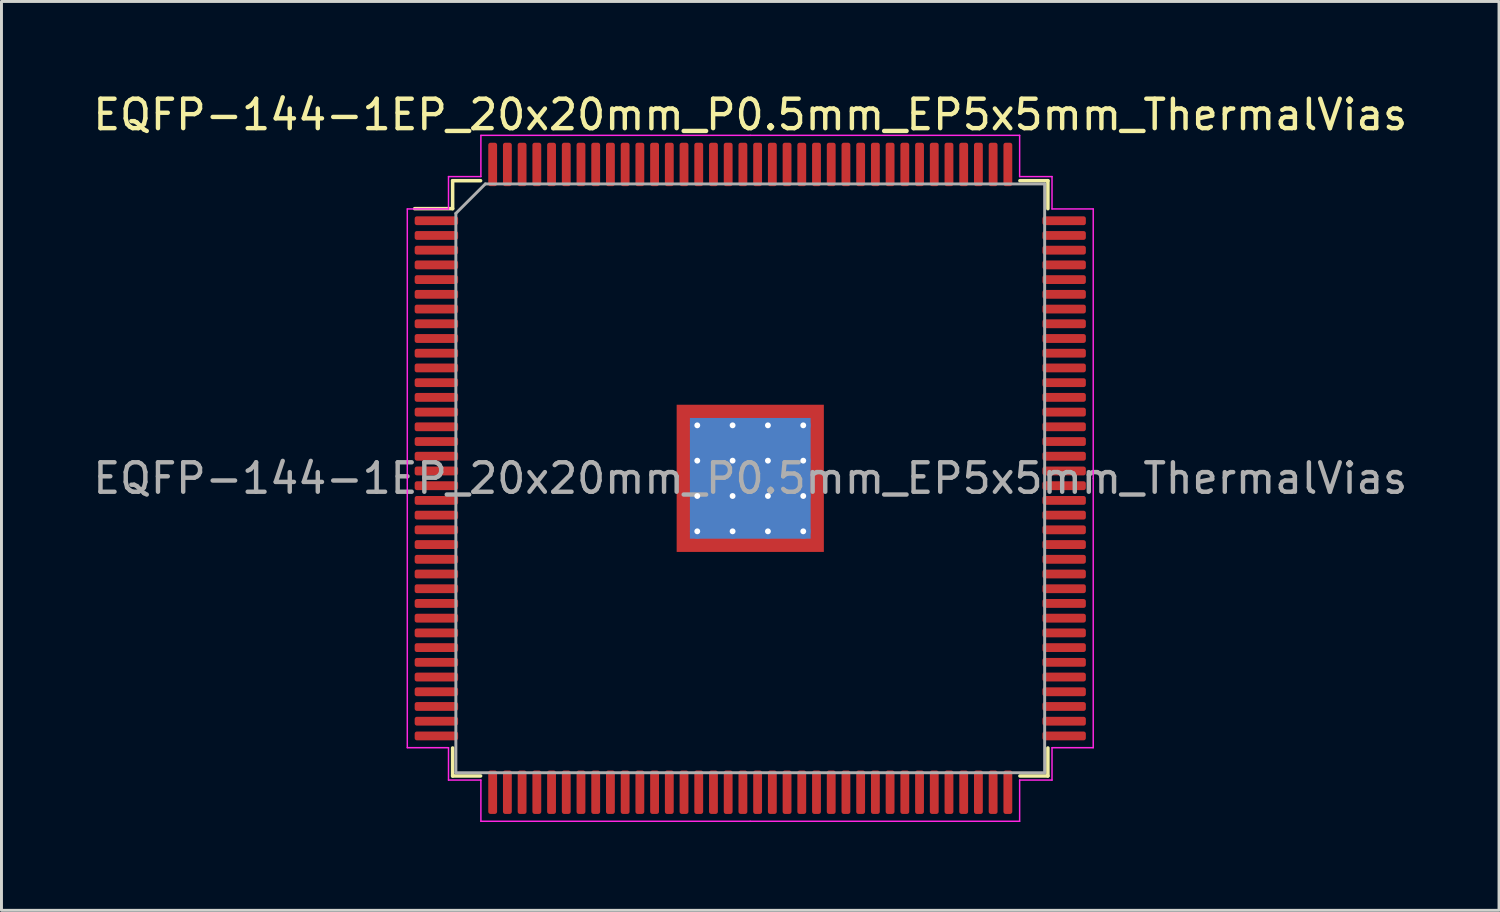
<source format=kicad_pcb>
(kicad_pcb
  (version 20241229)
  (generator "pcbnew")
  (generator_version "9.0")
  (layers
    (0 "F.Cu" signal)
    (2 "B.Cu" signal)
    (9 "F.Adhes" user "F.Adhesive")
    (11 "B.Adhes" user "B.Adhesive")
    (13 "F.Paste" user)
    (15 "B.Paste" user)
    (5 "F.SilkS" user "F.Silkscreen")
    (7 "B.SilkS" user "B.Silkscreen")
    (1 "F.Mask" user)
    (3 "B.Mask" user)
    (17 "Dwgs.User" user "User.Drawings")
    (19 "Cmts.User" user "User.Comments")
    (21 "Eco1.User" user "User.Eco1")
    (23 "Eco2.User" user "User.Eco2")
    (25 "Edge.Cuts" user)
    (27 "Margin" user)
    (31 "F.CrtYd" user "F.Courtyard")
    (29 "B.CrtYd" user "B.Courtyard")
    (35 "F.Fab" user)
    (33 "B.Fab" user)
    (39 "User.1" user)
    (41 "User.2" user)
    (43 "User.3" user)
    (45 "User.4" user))
  (footprint "EQFP-144-1EP_20x20mm_P0.5mm_EP5x5mm_ThermalVias"
    (layer "F.Cu")
    (at 22.435 13.198)
    (property "Reference" "EQFP-144-1EP_20x20mm_P0.5mm_EP5x5mm_ThermalVias" (at 0 -12.35 0) (layer "F.SilkS") (effects (font (size 1 1) (thickness 0.15))))
    (attr smd)
    (fp_line (start -10.11 -10.11) (end -10.11 -9.16) (stroke (width 0.12) (type solid)) (layer "F.SilkS"))
    (fp_line (start -10.11 -9.16) (end -11.4 -9.16) (stroke (width 0.12) (type solid)) (layer "F.SilkS"))
    (fp_line (start -10.11 10.11) (end -10.11 9.16) (stroke (width 0.12) (type solid)) (layer "F.SilkS"))
    (fp_line (start -9.16 -10.11) (end -10.11 -10.11) (stroke (width 0.12) (type solid)) (layer "F.SilkS"))
    (fp_line (start -9.16 10.11) (end -10.11 10.11) (stroke (width 0.12) (type solid)) (layer "F.SilkS"))
    (fp_line (start 9.16 -10.11) (end 10.11 -10.11) (stroke (width 0.12) (type solid)) (layer "F.SilkS"))
    (fp_line (start 9.16 10.11) (end 10.11 10.11) (stroke (width 0.12) (type solid)) (layer "F.SilkS"))
    (fp_line (start 10.11 -10.11) (end 10.11 -9.16) (stroke (width 0.12) (type solid)) (layer "F.SilkS"))
    (fp_line (start 10.11 10.11) (end 10.11 9.16) (stroke (width 0.12) (type solid)) (layer "F.SilkS"))
    (fp_line (start -11.65 -9.15) (end -11.65 0) (stroke (width 0.05) (type solid)) (layer "F.CrtYd"))
    (fp_line (start -11.65 9.15) (end -11.65 0) (stroke (width 0.05) (type solid)) (layer "F.CrtYd"))
    (fp_line (start -10.25 -10.25) (end -10.25 -9.15) (stroke (width 0.05) (type solid)) (layer "F.CrtYd"))
    (fp_line (start -10.25 -9.15) (end -11.65 -9.15) (stroke (width 0.05) (type solid)) (layer "F.CrtYd"))
    (fp_line (start -10.25 9.15) (end -11.65 9.15) (stroke (width 0.05) (type solid)) (layer "F.CrtYd"))
    (fp_line (start -10.25 10.25) (end -10.25 9.15) (stroke (width 0.05) (type solid)) (layer "F.CrtYd"))
    (fp_line (start -9.15 -11.65) (end -9.15 -10.25) (stroke (width 0.05) (type solid)) (layer "F.CrtYd"))
    (fp_line (start -9.15 -10.25) (end -10.25 -10.25) (stroke (width 0.05) (type solid)) (layer "F.CrtYd"))
    (fp_line (start -9.15 10.25) (end -10.25 10.25) (stroke (width 0.05) (type solid)) (layer "F.CrtYd"))
    (fp_line (start -9.15 11.65) (end -9.15 10.25) (stroke (width 0.05) (type solid)) (layer "F.CrtYd"))
    (fp_line (start 0 -11.65) (end -9.15 -11.65) (stroke (width 0.05) (type solid)) (layer "F.CrtYd"))
    (fp_line (start 0 -11.65) (end 9.15 -11.65) (stroke (width 0.05) (type solid)) (layer "F.CrtYd"))
    (fp_line (start 0 11.65) (end -9.15 11.65) (stroke (width 0.05) (type solid)) (layer "F.CrtYd"))
    (fp_line (start 0 11.65) (end 9.15 11.65) (stroke (width 0.05) (type solid)) (layer "F.CrtYd"))
    (fp_line (start 9.15 -11.65) (end 9.15 -10.25) (stroke (width 0.05) (type solid)) (layer "F.CrtYd"))
    (fp_line (start 9.15 -10.25) (end 10.25 -10.25) (stroke (width 0.05) (type solid)) (layer "F.CrtYd"))
    (fp_line (start 9.15 10.25) (end 10.25 10.25) (stroke (width 0.05) (type solid)) (layer "F.CrtYd"))
    (fp_line (start 9.15 11.65) (end 9.15 10.25) (stroke (width 0.05) (type solid)) (layer "F.CrtYd"))
    (fp_line (start 10.25 -10.25) (end 10.25 -9.15) (stroke (width 0.05) (type solid)) (layer "F.CrtYd"))
    (fp_line (start 10.25 -9.15) (end 11.65 -9.15) (stroke (width 0.05) (type solid)) (layer "F.CrtYd"))
    (fp_line (start 10.25 9.15) (end 11.65 9.15) (stroke (width 0.05) (type solid)) (layer "F.CrtYd"))
    (fp_line (start 10.25 10.25) (end 10.25 9.15) (stroke (width 0.05) (type solid)) (layer "F.CrtYd"))
    (fp_line (start 11.65 -9.15) (end 11.65 0) (stroke (width 0.05) (type solid)) (layer "F.CrtYd"))
    (fp_line (start 11.65 9.15) (end 11.65 0) (stroke (width 0.05) (type solid)) (layer "F.CrtYd"))
    (fp_line (start -10 -9) (end -9 -10) (stroke (width 0.1) (type solid)) (layer "F.Fab"))
    (fp_line (start -10 10) (end -10 -9) (stroke (width 0.1) (type solid)) (layer "F.Fab"))
    (fp_line (start -9 -10) (end 10 -10) (stroke (width 0.1) (type solid)) (layer "F.Fab"))
    (fp_line (start 10 -10) (end 10 10) (stroke (width 0.1) (type solid)) (layer "F.Fab"))
    (fp_line (start 10 10) (end -10 10) (stroke (width 0.1) (type solid)) (layer "F.Fab"))
    (fp_text user "${REFERENCE}" (at 0 0 0) (layer "F.Fab") (effects (font (size 1 1) (thickness 0.15))))
    (pad "" smd custom (at -2.15 -2.15) (size 0.46 0.46) (layers "F.Paste") (options (anchor circle)) (primitives (gr_poly (pts (xy 0.178 0.092) (xy 0.092 0.178) (xy -0.178 0.178) (xy -0.178 -0.178) (xy 0.178 -0.178)) (width 0.208) (fill yes))))
    (pad "" smd custom (at -2.15 -1.2) (size 0.495 0.495) (layers "F.Paste") (options (anchor circle)) (primitives (gr_poly (pts (xy 0.212 -0.356) (xy 0.212 0.356) (xy 0.154 0.414) (xy -0.212 0.414) (xy -0.212 -0.414) (xy 0.154 -0.414)) (width 0.14) (fill yes))))
    (pad "" smd custom (at -2.15 0) (size 0.495 0.495) (layers "F.Paste") (options (anchor circle)) (primitives (gr_poly (pts (xy 0.212 -0.356) (xy 0.212 0.356) (xy 0.154 0.414) (xy -0.212 0.414) (xy -0.212 -0.414) (xy 0.154 -0.414)) (width 0.14) (fill yes))))
    (pad "" smd custom (at -2.15 1.2) (size 0.495 0.495) (layers "F.Paste") (options (anchor circle)) (primitives (gr_poly (pts (xy 0.212 -0.356) (xy 0.212 0.356) (xy 0.154 0.414) (xy -0.212 0.414) (xy -0.212 -0.414) (xy 0.154 -0.414)) (width 0.14) (fill yes))))
    (pad "" smd custom (at -2.15 2.15) (size 0.46 0.46) (layers "F.Paste") (options (anchor circle)) (primitives (gr_poly (pts (xy 0.178 -0.092) (xy 0.178 0.178) (xy -0.178 0.178) (xy -0.178 -0.178) (xy 0.092 -0.178)) (width 0.208) (fill yes))))
    (pad "" smd custom (at -1.2 -2.15) (size 0.495 0.495) (layers "F.Paste") (options (anchor circle)) (primitives (gr_poly (pts (xy 0.414 0.154) (xy 0.356 0.212) (xy -0.356 0.212) (xy -0.414 0.154) (xy -0.414 -0.212) (xy 0.414 -0.212)) (width 0.14) (fill yes))))
    (pad "" smd roundrect (at -1.2 -1.2) (size 0.967 0.967) (layers "F.Paste") (roundrect_rratio 0.25))
    (pad "" smd roundrect (at -1.2 0) (size 0.967 0.967) (layers "F.Paste") (roundrect_rratio 0.25))
    (pad "" smd roundrect (at -1.2 1.2) (size 0.967 0.967) (layers "F.Paste") (roundrect_rratio 0.25))
    (pad "" smd custom (at -1.2 2.15) (size 0.495 0.495) (layers "F.Paste") (options (anchor circle)) (primitives (gr_poly (pts (xy 0.414 -0.154) (xy 0.414 0.212) (xy -0.414 0.212) (xy -0.414 -0.154) (xy -0.356 -0.212) (xy 0.356 -0.212)) (width 0.14) (fill yes))))
    (pad "" smd custom (at 0 -2.15) (size 0.495 0.495) (layers "F.Paste") (options (anchor circle)) (primitives (gr_poly (pts (xy 0.414 0.154) (xy 0.356 0.212) (xy -0.356 0.212) (xy -0.414 0.154) (xy -0.414 -0.212) (xy 0.414 -0.212)) (width 0.14) (fill yes))))
    (pad "" smd roundrect (at 0 -1.2) (size 0.967 0.967) (layers "F.Paste") (roundrect_rratio 0.25))
    (pad "" smd roundrect (at 0 0) (size 0.967 0.967) (layers "F.Paste") (roundrect_rratio 0.25))
    (pad "" smd roundrect (at 0 1.2) (size 0.967 0.967) (layers "F.Paste") (roundrect_rratio 0.25))
    (pad "" smd custom (at 0 2.15) (size 0.495 0.495) (layers "F.Paste") (options (anchor circle)) (primitives (gr_poly (pts (xy 0.414 -0.154) (xy 0.414 0.212) (xy -0.414 0.212) (xy -0.414 -0.154) (xy -0.356 -0.212) (xy 0.356 -0.212)) (width 0.14) (fill yes))))
    (pad "" smd custom (at 1.2 -2.15) (size 0.495 0.495) (layers "F.Paste") (options (anchor circle)) (primitives (gr_poly (pts (xy 0.414 0.154) (xy 0.356 0.212) (xy -0.356 0.212) (xy -0.414 0.154) (xy -0.414 -0.212) (xy 0.414 -0.212)) (width 0.14) (fill yes))))
    (pad "" smd roundrect (at 1.2 -1.2) (size 0.967 0.967) (layers "F.Paste") (roundrect_rratio 0.25))
    (pad "" smd roundrect (at 1.2 0) (size 0.967 0.967) (layers "F.Paste") (roundrect_rratio 0.25))
    (pad "" smd roundrect (at 1.2 1.2) (size 0.967 0.967) (layers "F.Paste") (roundrect_rratio 0.25))
    (pad "" smd custom (at 1.2 2.15) (size 0.495 0.495) (layers "F.Paste") (options (anchor circle)) (primitives (gr_poly (pts (xy 0.414 -0.154) (xy 0.414 0.212) (xy -0.414 0.212) (xy -0.414 -0.154) (xy -0.356 -0.212) (xy 0.356 -0.212)) (width 0.14) (fill yes))))
    (pad "" smd custom (at 2.15 -2.15) (size 0.46 0.46) (layers "F.Paste") (options (anchor circle)) (primitives (gr_poly (pts (xy 0.178 0.178) (xy -0.092 0.178) (xy -0.178 0.092) (xy -0.178 -0.178) (xy 0.178 -0.178)) (width 0.208) (fill yes))))
    (pad "" smd custom (at 2.15 -1.2) (size 0.495 0.495) (layers "F.Paste") (options (anchor circle)) (primitives (gr_poly (pts (xy 0.212 0.414) (xy -0.154 0.414) (xy -0.212 0.356) (xy -0.212 -0.356) (xy -0.154 -0.414) (xy 0.212 -0.414)) (width 0.14) (fill yes))))
    (pad "" smd custom (at 2.15 0) (size 0.495 0.495) (layers "F.Paste") (options (anchor circle)) (primitives (gr_poly (pts (xy 0.212 0.414) (xy -0.154 0.414) (xy -0.212 0.356) (xy -0.212 -0.356) (xy -0.154 -0.414) (xy 0.212 -0.414)) (width 0.14) (fill yes))))
    (pad "" smd custom (at 2.15 1.2) (size 0.495 0.495) (layers "F.Paste") (options (anchor circle)) (primitives (gr_poly (pts (xy 0.212 0.414) (xy -0.154 0.414) (xy -0.212 0.356) (xy -0.212 -0.356) (xy -0.154 -0.414) (xy 0.212 -0.414)) (width 0.14) (fill yes))))
    (pad "" smd custom (at 2.15 2.15) (size 0.46 0.46) (layers "F.Paste") (options (anchor circle)) (primitives (gr_poly (pts (xy 0.178 0.178) (xy -0.178 0.178) (xy -0.178 -0.092) (xy -0.092 -0.178) (xy 0.178 -0.178)) (width 0.208) (fill yes))))
    (pad "1" smd roundrect (at -10.662 -8.75) (size 1.475 0.3) (layers "F.Cu" "F.Mask" "F.Paste") (roundrect_rratio 0.25))
    (pad "2" smd roundrect (at -10.662 -8.25) (size 1.475 0.3) (layers "F.Cu" "F.Mask" "F.Paste") (roundrect_rratio 0.25))
    (pad "3" smd roundrect (at -10.662 -7.75) (size 1.475 0.3) (layers "F.Cu" "F.Mask" "F.Paste") (roundrect_rratio 0.25))
    (pad "4" smd roundrect (at -10.662 -7.25) (size 1.475 0.3) (layers "F.Cu" "F.Mask" "F.Paste") (roundrect_rratio 0.25))
    (pad "5" smd roundrect (at -10.662 -6.75) (size 1.475 0.3) (layers "F.Cu" "F.Mask" "F.Paste") (roundrect_rratio 0.25))
    (pad "6" smd roundrect (at -10.662 -6.25) (size 1.475 0.3) (layers "F.Cu" "F.Mask" "F.Paste") (roundrect_rratio 0.25))
    (pad "7" smd roundrect (at -10.662 -5.75) (size 1.475 0.3) (layers "F.Cu" "F.Mask" "F.Paste") (roundrect_rratio 0.25))
    (pad "8" smd roundrect (at -10.662 -5.25) (size 1.475 0.3) (layers "F.Cu" "F.Mask" "F.Paste") (roundrect_rratio 0.25))
    (pad "9" smd roundrect (at -10.662 -4.75) (size 1.475 0.3) (layers "F.Cu" "F.Mask" "F.Paste") (roundrect_rratio 0.25))
    (pad "10" smd roundrect (at -10.662 -4.25) (size 1.475 0.3) (layers "F.Cu" "F.Mask" "F.Paste") (roundrect_rratio 0.25))
    (pad "11" smd roundrect (at -10.662 -3.75) (size 1.475 0.3) (layers "F.Cu" "F.Mask" "F.Paste") (roundrect_rratio 0.25))
    (pad "12" smd roundrect (at -10.662 -3.25) (size 1.475 0.3) (layers "F.Cu" "F.Mask" "F.Paste") (roundrect_rratio 0.25))
    (pad "13" smd roundrect (at -10.662 -2.75) (size 1.475 0.3) (layers "F.Cu" "F.Mask" "F.Paste") (roundrect_rratio 0.25))
    (pad "14" smd roundrect (at -10.662 -2.25) (size 1.475 0.3) (layers "F.Cu" "F.Mask" "F.Paste") (roundrect_rratio 0.25))
    (pad "15" smd roundrect (at -10.662 -1.75) (size 1.475 0.3) (layers "F.Cu" "F.Mask" "F.Paste") (roundrect_rratio 0.25))
    (pad "16" smd roundrect (at -10.662 -1.25) (size 1.475 0.3) (layers "F.Cu" "F.Mask" "F.Paste") (roundrect_rratio 0.25))
    (pad "17" smd roundrect (at -10.662 -0.75) (size 1.475 0.3) (layers "F.Cu" "F.Mask" "F.Paste") (roundrect_rratio 0.25))
    (pad "18" smd roundrect (at -10.662 -0.25) (size 1.475 0.3) (layers "F.Cu" "F.Mask" "F.Paste") (roundrect_rratio 0.25))
    (pad "19" smd roundrect (at -10.662 0.25) (size 1.475 0.3) (layers "F.Cu" "F.Mask" "F.Paste") (roundrect_rratio 0.25))
    (pad "20" smd roundrect (at -10.662 0.75) (size 1.475 0.3) (layers "F.Cu" "F.Mask" "F.Paste") (roundrect_rratio 0.25))
    (pad "21" smd roundrect (at -10.662 1.25) (size 1.475 0.3) (layers "F.Cu" "F.Mask" "F.Paste") (roundrect_rratio 0.25))
    (pad "22" smd roundrect (at -10.662 1.75) (size 1.475 0.3) (layers "F.Cu" "F.Mask" "F.Paste") (roundrect_rratio 0.25))
    (pad "23" smd roundrect (at -10.662 2.25) (size 1.475 0.3) (layers "F.Cu" "F.Mask" "F.Paste") (roundrect_rratio 0.25))
    (pad "24" smd roundrect (at -10.662 2.75) (size 1.475 0.3) (layers "F.Cu" "F.Mask" "F.Paste") (roundrect_rratio 0.25))
    (pad "25" smd roundrect (at -10.662 3.25) (size 1.475 0.3) (layers "F.Cu" "F.Mask" "F.Paste") (roundrect_rratio 0.25))
    (pad "26" smd roundrect (at -10.662 3.75) (size 1.475 0.3) (layers "F.Cu" "F.Mask" "F.Paste") (roundrect_rratio 0.25))
    (pad "27" smd roundrect (at -10.662 4.25) (size 1.475 0.3) (layers "F.Cu" "F.Mask" "F.Paste") (roundrect_rratio 0.25))
    (pad "28" smd roundrect (at -10.662 4.75) (size 1.475 0.3) (layers "F.Cu" "F.Mask" "F.Paste") (roundrect_rratio 0.25))
    (pad "29" smd roundrect (at -10.662 5.25) (size 1.475 0.3) (layers "F.Cu" "F.Mask" "F.Paste") (roundrect_rratio 0.25))
    (pad "30" smd roundrect (at -10.662 5.75) (size 1.475 0.3) (layers "F.Cu" "F.Mask" "F.Paste") (roundrect_rratio 0.25))
    (pad "31" smd roundrect (at -10.662 6.25) (size 1.475 0.3) (layers "F.Cu" "F.Mask" "F.Paste") (roundrect_rratio 0.25))
    (pad "32" smd roundrect (at -10.662 6.75) (size 1.475 0.3) (layers "F.Cu" "F.Mask" "F.Paste") (roundrect_rratio 0.25))
    (pad "33" smd roundrect (at -10.662 7.25) (size 1.475 0.3) (layers "F.Cu" "F.Mask" "F.Paste") (roundrect_rratio 0.25))
    (pad "34" smd roundrect (at -10.662 7.75) (size 1.475 0.3) (layers "F.Cu" "F.Mask" "F.Paste") (roundrect_rratio 0.25))
    (pad "35" smd roundrect (at -10.662 8.25) (size 1.475 0.3) (layers "F.Cu" "F.Mask" "F.Paste") (roundrect_rratio 0.25))
    (pad "36" smd roundrect (at -10.662 8.75) (size 1.475 0.3) (layers "F.Cu" "F.Mask" "F.Paste") (roundrect_rratio 0.25))
    (pad "37" smd roundrect (at -8.75 10.662) (size 0.3 1.475) (layers "F.Cu" "F.Mask" "F.Paste") (roundrect_rratio 0.25))
    (pad "38" smd roundrect (at -8.25 10.662) (size 0.3 1.475) (layers "F.Cu" "F.Mask" "F.Paste") (roundrect_rratio 0.25))
    (pad "39" smd roundrect (at -7.75 10.662) (size 0.3 1.475) (layers "F.Cu" "F.Mask" "F.Paste") (roundrect_rratio 0.25))
    (pad "40" smd roundrect (at -7.25 10.662) (size 0.3 1.475) (layers "F.Cu" "F.Mask" "F.Paste") (roundrect_rratio 0.25))
    (pad "41" smd roundrect (at -6.75 10.662) (size 0.3 1.475) (layers "F.Cu" "F.Mask" "F.Paste") (roundrect_rratio 0.25))
    (pad "42" smd roundrect (at -6.25 10.662) (size 0.3 1.475) (layers "F.Cu" "F.Mask" "F.Paste") (roundrect_rratio 0.25))
    (pad "43" smd roundrect (at -5.75 10.662) (size 0.3 1.475) (layers "F.Cu" "F.Mask" "F.Paste") (roundrect_rratio 0.25))
    (pad "44" smd roundrect (at -5.25 10.662) (size 0.3 1.475) (layers "F.Cu" "F.Mask" "F.Paste") (roundrect_rratio 0.25))
    (pad "45" smd roundrect (at -4.75 10.662) (size 0.3 1.475) (layers "F.Cu" "F.Mask" "F.Paste") (roundrect_rratio 0.25))
    (pad "46" smd roundrect (at -4.25 10.662) (size 0.3 1.475) (layers "F.Cu" "F.Mask" "F.Paste") (roundrect_rratio 0.25))
    (pad "47" smd roundrect (at -3.75 10.662) (size 0.3 1.475) (layers "F.Cu" "F.Mask" "F.Paste") (roundrect_rratio 0.25))
    (pad "48" smd roundrect (at -3.25 10.662) (size 0.3 1.475) (layers "F.Cu" "F.Mask" "F.Paste") (roundrect_rratio 0.25))
    (pad "49" smd roundrect (at -2.75 10.662) (size 0.3 1.475) (layers "F.Cu" "F.Mask" "F.Paste") (roundrect_rratio 0.25))
    (pad "50" smd roundrect (at -2.25 10.662) (size 0.3 1.475) (layers "F.Cu" "F.Mask" "F.Paste") (roundrect_rratio 0.25))
    (pad "51" smd roundrect (at -1.75 10.662) (size 0.3 1.475) (layers "F.Cu" "F.Mask" "F.Paste") (roundrect_rratio 0.25))
    (pad "52" smd roundrect (at -1.25 10.662) (size 0.3 1.475) (layers "F.Cu" "F.Mask" "F.Paste") (roundrect_rratio 0.25))
    (pad "53" smd roundrect (at -0.75 10.662) (size 0.3 1.475) (layers "F.Cu" "F.Mask" "F.Paste") (roundrect_rratio 0.25))
    (pad "54" smd roundrect (at -0.25 10.662) (size 0.3 1.475) (layers "F.Cu" "F.Mask" "F.Paste") (roundrect_rratio 0.25))
    (pad "55" smd roundrect (at 0.25 10.662) (size 0.3 1.475) (layers "F.Cu" "F.Mask" "F.Paste") (roundrect_rratio 0.25))
    (pad "56" smd roundrect (at 0.75 10.662) (size 0.3 1.475) (layers "F.Cu" "F.Mask" "F.Paste") (roundrect_rratio 0.25))
    (pad "57" smd roundrect (at 1.25 10.662) (size 0.3 1.475) (layers "F.Cu" "F.Mask" "F.Paste") (roundrect_rratio 0.25))
    (pad "58" smd roundrect (at 1.75 10.662) (size 0.3 1.475) (layers "F.Cu" "F.Mask" "F.Paste") (roundrect_rratio 0.25))
    (pad "59" smd roundrect (at 2.25 10.662) (size 0.3 1.475) (layers "F.Cu" "F.Mask" "F.Paste") (roundrect_rratio 0.25))
    (pad "60" smd roundrect (at 2.75 10.662) (size 0.3 1.475) (layers "F.Cu" "F.Mask" "F.Paste") (roundrect_rratio 0.25))
    (pad "61" smd roundrect (at 3.25 10.662) (size 0.3 1.475) (layers "F.Cu" "F.Mask" "F.Paste") (roundrect_rratio 0.25))
    (pad "62" smd roundrect (at 3.75 10.662) (size 0.3 1.475) (layers "F.Cu" "F.Mask" "F.Paste") (roundrect_rratio 0.25))
    (pad "63" smd roundrect (at 4.25 10.662) (size 0.3 1.475) (layers "F.Cu" "F.Mask" "F.Paste") (roundrect_rratio 0.25))
    (pad "64" smd roundrect (at 4.75 10.662) (size 0.3 1.475) (layers "F.Cu" "F.Mask" "F.Paste") (roundrect_rratio 0.25))
    (pad "65" smd roundrect (at 5.25 10.662) (size 0.3 1.475) (layers "F.Cu" "F.Mask" "F.Paste") (roundrect_rratio 0.25))
    (pad "66" smd roundrect (at 5.75 10.662) (size 0.3 1.475) (layers "F.Cu" "F.Mask" "F.Paste") (roundrect_rratio 0.25))
    (pad "67" smd roundrect (at 6.25 10.662) (size 0.3 1.475) (layers "F.Cu" "F.Mask" "F.Paste") (roundrect_rratio 0.25))
    (pad "68" smd roundrect (at 6.75 10.662) (size 0.3 1.475) (layers "F.Cu" "F.Mask" "F.Paste") (roundrect_rratio 0.25))
    (pad "69" smd roundrect (at 7.25 10.662) (size 0.3 1.475) (layers "F.Cu" "F.Mask" "F.Paste") (roundrect_rratio 0.25))
    (pad "70" smd roundrect (at 7.75 10.662) (size 0.3 1.475) (layers "F.Cu" "F.Mask" "F.Paste") (roundrect_rratio 0.25))
    (pad "71" smd roundrect (at 8.25 10.662) (size 0.3 1.475) (layers "F.Cu" "F.Mask" "F.Paste") (roundrect_rratio 0.25))
    (pad "72" smd roundrect (at 8.75 10.662) (size 0.3 1.475) (layers "F.Cu" "F.Mask" "F.Paste") (roundrect_rratio 0.25))
    (pad "73" smd roundrect (at 10.662 8.75) (size 1.475 0.3) (layers "F.Cu" "F.Mask" "F.Paste") (roundrect_rratio 0.25))
    (pad "74" smd roundrect (at 10.662 8.25) (size 1.475 0.3) (layers "F.Cu" "F.Mask" "F.Paste") (roundrect_rratio 0.25))
    (pad "75" smd roundrect (at 10.662 7.75) (size 1.475 0.3) (layers "F.Cu" "F.Mask" "F.Paste") (roundrect_rratio 0.25))
    (pad "76" smd roundrect (at 10.662 7.25) (size 1.475 0.3) (layers "F.Cu" "F.Mask" "F.Paste") (roundrect_rratio 0.25))
    (pad "77" smd roundrect (at 10.662 6.75) (size 1.475 0.3) (layers "F.Cu" "F.Mask" "F.Paste") (roundrect_rratio 0.25))
    (pad "78" smd roundrect (at 10.662 6.25) (size 1.475 0.3) (layers "F.Cu" "F.Mask" "F.Paste") (roundrect_rratio 0.25))
    (pad "79" smd roundrect (at 10.662 5.75) (size 1.475 0.3) (layers "F.Cu" "F.Mask" "F.Paste") (roundrect_rratio 0.25))
    (pad "80" smd roundrect (at 10.662 5.25) (size 1.475 0.3) (layers "F.Cu" "F.Mask" "F.Paste") (roundrect_rratio 0.25))
    (pad "81" smd roundrect (at 10.662 4.75) (size 1.475 0.3) (layers "F.Cu" "F.Mask" "F.Paste") (roundrect_rratio 0.25))
    (pad "82" smd roundrect (at 10.662 4.25) (size 1.475 0.3) (layers "F.Cu" "F.Mask" "F.Paste") (roundrect_rratio 0.25))
    (pad "83" smd roundrect (at 10.662 3.75) (size 1.475 0.3) (layers "F.Cu" "F.Mask" "F.Paste") (roundrect_rratio 0.25))
    (pad "84" smd roundrect (at 10.662 3.25) (size 1.475 0.3) (layers "F.Cu" "F.Mask" "F.Paste") (roundrect_rratio 0.25))
    (pad "85" smd roundrect (at 10.662 2.75) (size 1.475 0.3) (layers "F.Cu" "F.Mask" "F.Paste") (roundrect_rratio 0.25))
    (pad "86" smd roundrect (at 10.662 2.25) (size 1.475 0.3) (layers "F.Cu" "F.Mask" "F.Paste") (roundrect_rratio 0.25))
    (pad "87" smd roundrect (at 10.662 1.75) (size 1.475 0.3) (layers "F.Cu" "F.Mask" "F.Paste") (roundrect_rratio 0.25))
    (pad "88" smd roundrect (at 10.662 1.25) (size 1.475 0.3) (layers "F.Cu" "F.Mask" "F.Paste") (roundrect_rratio 0.25))
    (pad "89" smd roundrect (at 10.662 0.75) (size 1.475 0.3) (layers "F.Cu" "F.Mask" "F.Paste") (roundrect_rratio 0.25))
    (pad "90" smd roundrect (at 10.662 0.25) (size 1.475 0.3) (layers "F.Cu" "F.Mask" "F.Paste") (roundrect_rratio 0.25))
    (pad "91" smd roundrect (at 10.662 -0.25) (size 1.475 0.3) (layers "F.Cu" "F.Mask" "F.Paste") (roundrect_rratio 0.25))
    (pad "92" smd roundrect (at 10.662 -0.75) (size 1.475 0.3) (layers "F.Cu" "F.Mask" "F.Paste") (roundrect_rratio 0.25))
    (pad "93" smd roundrect (at 10.662 -1.25) (size 1.475 0.3) (layers "F.Cu" "F.Mask" "F.Paste") (roundrect_rratio 0.25))
    (pad "94" smd roundrect (at 10.662 -1.75) (size 1.475 0.3) (layers "F.Cu" "F.Mask" "F.Paste") (roundrect_rratio 0.25))
    (pad "95" smd roundrect (at 10.662 -2.25) (size 1.475 0.3) (layers "F.Cu" "F.Mask" "F.Paste") (roundrect_rratio 0.25))
    (pad "96" smd roundrect (at 10.662 -2.75) (size 1.475 0.3) (layers "F.Cu" "F.Mask" "F.Paste") (roundrect_rratio 0.25))
    (pad "97" smd roundrect (at 10.662 -3.25) (size 1.475 0.3) (layers "F.Cu" "F.Mask" "F.Paste") (roundrect_rratio 0.25))
    (pad "98" smd roundrect (at 10.662 -3.75) (size 1.475 0.3) (layers "F.Cu" "F.Mask" "F.Paste") (roundrect_rratio 0.25))
    (pad "99" smd roundrect (at 10.662 -4.25) (size 1.475 0.3) (layers "F.Cu" "F.Mask" "F.Paste") (roundrect_rratio 0.25))
    (pad "100" smd roundrect (at 10.662 -4.75) (size 1.475 0.3) (layers "F.Cu" "F.Mask" "F.Paste") (roundrect_rratio 0.25))
    (pad "101" smd roundrect (at 10.662 -5.25) (size 1.475 0.3) (layers "F.Cu" "F.Mask" "F.Paste") (roundrect_rratio 0.25))
    (pad "102" smd roundrect (at 10.662 -5.75) (size 1.475 0.3) (layers "F.Cu" "F.Mask" "F.Paste") (roundrect_rratio 0.25))
    (pad "103" smd roundrect (at 10.662 -6.25) (size 1.475 0.3) (layers "F.Cu" "F.Mask" "F.Paste") (roundrect_rratio 0.25))
    (pad "104" smd roundrect (at 10.662 -6.75) (size 1.475 0.3) (layers "F.Cu" "F.Mask" "F.Paste") (roundrect_rratio 0.25))
    (pad "105" smd roundrect (at 10.662 -7.25) (size 1.475 0.3) (layers "F.Cu" "F.Mask" "F.Paste") (roundrect_rratio 0.25))
    (pad "106" smd roundrect (at 10.662 -7.75) (size 1.475 0.3) (layers "F.Cu" "F.Mask" "F.Paste") (roundrect_rratio 0.25))
    (pad "107" smd roundrect (at 10.662 -8.25) (size 1.475 0.3) (layers "F.Cu" "F.Mask" "F.Paste") (roundrect_rratio 0.25))
    (pad "108" smd roundrect (at 10.662 -8.75) (size 1.475 0.3) (layers "F.Cu" "F.Mask" "F.Paste") (roundrect_rratio 0.25))
    (pad "109" smd roundrect (at 8.75 -10.662) (size 0.3 1.475) (layers "F.Cu" "F.Mask" "F.Paste") (roundrect_rratio 0.25))
    (pad "110" smd roundrect (at 8.25 -10.662) (size 0.3 1.475) (layers "F.Cu" "F.Mask" "F.Paste") (roundrect_rratio 0.25))
    (pad "111" smd roundrect (at 7.75 -10.662) (size 0.3 1.475) (layers "F.Cu" "F.Mask" "F.Paste") (roundrect_rratio 0.25))
    (pad "112" smd roundrect (at 7.25 -10.662) (size 0.3 1.475) (layers "F.Cu" "F.Mask" "F.Paste") (roundrect_rratio 0.25))
    (pad "113" smd roundrect (at 6.75 -10.662) (size 0.3 1.475) (layers "F.Cu" "F.Mask" "F.Paste") (roundrect_rratio 0.25))
    (pad "114" smd roundrect (at 6.25 -10.662) (size 0.3 1.475) (layers "F.Cu" "F.Mask" "F.Paste") (roundrect_rratio 0.25))
    (pad "115" smd roundrect (at 5.75 -10.662) (size 0.3 1.475) (layers "F.Cu" "F.Mask" "F.Paste") (roundrect_rratio 0.25))
    (pad "116" smd roundrect (at 5.25 -10.662) (size 0.3 1.475) (layers "F.Cu" "F.Mask" "F.Paste") (roundrect_rratio 0.25))
    (pad "117" smd roundrect (at 4.75 -10.662) (size 0.3 1.475) (layers "F.Cu" "F.Mask" "F.Paste") (roundrect_rratio 0.25))
    (pad "118" smd roundrect (at 4.25 -10.662) (size 0.3 1.475) (layers "F.Cu" "F.Mask" "F.Paste") (roundrect_rratio 0.25))
    (pad "119" smd roundrect (at 3.75 -10.662) (size 0.3 1.475) (layers "F.Cu" "F.Mask" "F.Paste") (roundrect_rratio 0.25))
    (pad "120" smd roundrect (at 3.25 -10.662) (size 0.3 1.475) (layers "F.Cu" "F.Mask" "F.Paste") (roundrect_rratio 0.25))
    (pad "121" smd roundrect (at 2.75 -10.662) (size 0.3 1.475) (layers "F.Cu" "F.Mask" "F.Paste") (roundrect_rratio 0.25))
    (pad "122" smd roundrect (at 2.25 -10.662) (size 0.3 1.475) (layers "F.Cu" "F.Mask" "F.Paste") (roundrect_rratio 0.25))
    (pad "123" smd roundrect (at 1.75 -10.662) (size 0.3 1.475) (layers "F.Cu" "F.Mask" "F.Paste") (roundrect_rratio 0.25))
    (pad "124" smd roundrect (at 1.25 -10.662) (size 0.3 1.475) (layers "F.Cu" "F.Mask" "F.Paste") (roundrect_rratio 0.25))
    (pad "125" smd roundrect (at 0.75 -10.662) (size 0.3 1.475) (layers "F.Cu" "F.Mask" "F.Paste") (roundrect_rratio 0.25))
    (pad "126" smd roundrect (at 0.25 -10.662) (size 0.3 1.475) (layers "F.Cu" "F.Mask" "F.Paste") (roundrect_rratio 0.25))
    (pad "127" smd roundrect (at -0.25 -10.662) (size 0.3 1.475) (layers "F.Cu" "F.Mask" "F.Paste") (roundrect_rratio 0.25))
    (pad "128" smd roundrect (at -0.75 -10.662) (size 0.3 1.475) (layers "F.Cu" "F.Mask" "F.Paste") (roundrect_rratio 0.25))
    (pad "129" smd roundrect (at -1.25 -10.662) (size 0.3 1.475) (layers "F.Cu" "F.Mask" "F.Paste") (roundrect_rratio 0.25))
    (pad "130" smd roundrect (at -1.75 -10.662) (size 0.3 1.475) (layers "F.Cu" "F.Mask" "F.Paste") (roundrect_rratio 0.25))
    (pad "131" smd roundrect (at -2.25 -10.662) (size 0.3 1.475) (layers "F.Cu" "F.Mask" "F.Paste") (roundrect_rratio 0.25))
    (pad "132" smd roundrect (at -2.75 -10.662) (size 0.3 1.475) (layers "F.Cu" "F.Mask" "F.Paste") (roundrect_rratio 0.25))
    (pad "133" smd roundrect (at -3.25 -10.662) (size 0.3 1.475) (layers "F.Cu" "F.Mask" "F.Paste") (roundrect_rratio 0.25))
    (pad "134" smd roundrect (at -3.75 -10.662) (size 0.3 1.475) (layers "F.Cu" "F.Mask" "F.Paste") (roundrect_rratio 0.25))
    (pad "135" smd roundrect (at -4.25 -10.662) (size 0.3 1.475) (layers "F.Cu" "F.Mask" "F.Paste") (roundrect_rratio 0.25))
    (pad "136" smd roundrect (at -4.75 -10.662) (size 0.3 1.475) (layers "F.Cu" "F.Mask" "F.Paste") (roundrect_rratio 0.25))
    (pad "137" smd roundrect (at -5.25 -10.662) (size 0.3 1.475) (layers "F.Cu" "F.Mask" "F.Paste") (roundrect_rratio 0.25))
    (pad "138" smd roundrect (at -5.75 -10.662) (size 0.3 1.475) (layers "F.Cu" "F.Mask" "F.Paste") (roundrect_rratio 0.25))
    (pad "139" smd roundrect (at -6.25 -10.662) (size 0.3 1.475) (layers "F.Cu" "F.Mask" "F.Paste") (roundrect_rratio 0.25))
    (pad "140" smd roundrect (at -6.75 -10.662) (size 0.3 1.475) (layers "F.Cu" "F.Mask" "F.Paste") (roundrect_rratio 0.25))
    (pad "141" smd roundrect (at -7.25 -10.662) (size 0.3 1.475) (layers "F.Cu" "F.Mask" "F.Paste") (roundrect_rratio 0.25))
    (pad "142" smd roundrect (at -7.75 -10.662) (size 0.3 1.475) (layers "F.Cu" "F.Mask" "F.Paste") (roundrect_rratio 0.25))
    (pad "143" smd roundrect (at -8.25 -10.662) (size 0.3 1.475) (layers "F.Cu" "F.Mask" "F.Paste") (roundrect_rratio 0.25))
    (pad "144" smd roundrect (at -8.75 -10.662) (size 0.3 1.475) (layers "F.Cu" "F.Mask" "F.Paste") (roundrect_rratio 0.25))
    (pad "145" thru_hole circle (at -1.8 -1.8) (size 0.5 0.5) (drill 0.2) (layers "*.Cu"))
    (pad "145" thru_hole circle (at -1.8 -0.6) (size 0.5 0.5) (drill 0.2) (layers "*.Cu"))
    (pad "145" thru_hole circle (at -1.8 0.6) (size 0.5 0.5) (drill 0.2) (layers "*.Cu"))
    (pad "145" thru_hole circle (at -1.8 1.8) (size 0.5 0.5) (drill 0.2) (layers "*.Cu"))
    (pad "145" thru_hole circle (at -0.6 -1.8) (size 0.5 0.5) (drill 0.2) (layers "*.Cu"))
    (pad "145" thru_hole circle (at -0.6 -0.6) (size 0.5 0.5) (drill 0.2) (layers "*.Cu"))
    (pad "145" thru_hole circle (at -0.6 0.6) (size 0.5 0.5) (drill 0.2) (layers "*.Cu"))
    (pad "145" thru_hole circle (at -0.6 1.8) (size 0.5 0.5) (drill 0.2) (layers "*.Cu"))
    (pad "145" smd rect (at 0 0) (size 4.1 4.1) (layers "B.Cu"))
    (pad "145" smd rect (at 0 0) (size 5 5) (layers "F.Cu" "F.Mask"))
    (pad "145" thru_hole circle (at 0.6 -1.8) (size 0.5 0.5) (drill 0.2) (layers "*.Cu"))
    (pad "145" thru_hole circle (at 0.6 -0.6) (size 0.5 0.5) (drill 0.2) (layers "*.Cu"))
    (pad "145" thru_hole circle (at 0.6 0.6) (size 0.5 0.5) (drill 0.2) (layers "*.Cu"))
    (pad "145" thru_hole circle (at 0.6 1.8) (size 0.5 0.5) (drill 0.2) (layers "*.Cu"))
    (pad "145" thru_hole circle (at 1.8 -1.8) (size 0.5 0.5) (drill 0.2) (layers "*.Cu"))
    (pad "145" thru_hole circle (at 1.8 -0.6) (size 0.5 0.5) (drill 0.2) (layers "*.Cu"))
    (pad "145" thru_hole circle (at 1.8 0.6) (size 0.5 0.5) (drill 0.2) (layers "*.Cu"))
    (pad "145" thru_hole circle (at 1.8 1.8) (size 0.5 0.5) (drill 0.2) (layers "*.Cu")))
  (gr_rect
    (start -3 -3)
    (end 47.869 27.873)
    (stroke (width 0.1) (type default))
    (fill no)
    (layer "Edge.Cuts")))
</source>
